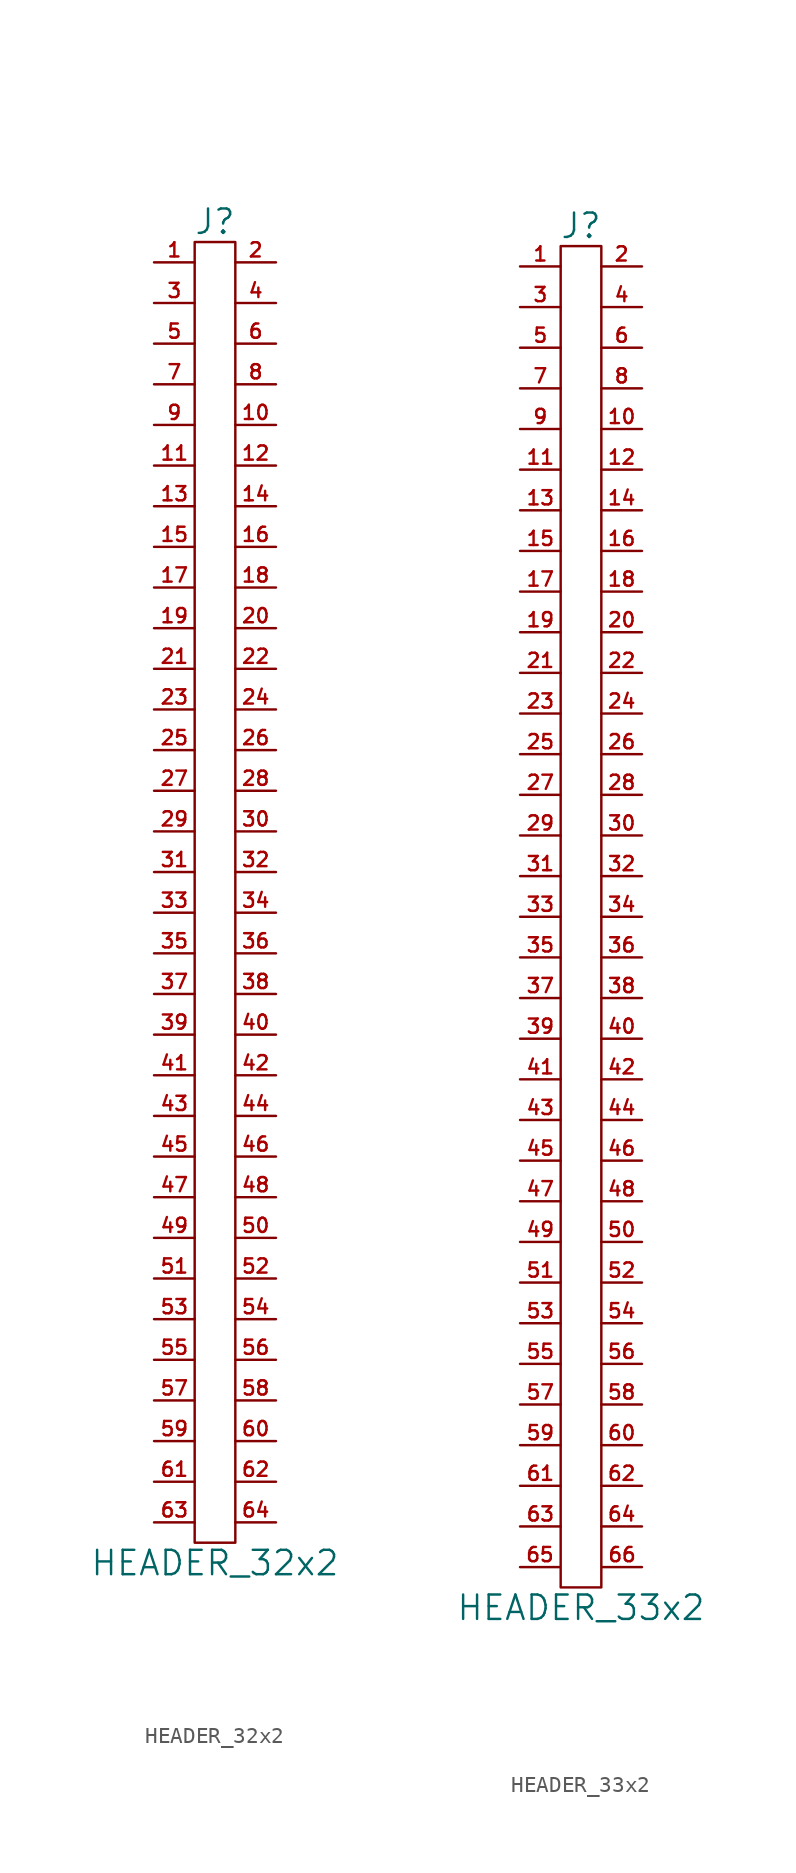
<source format=kicad_sym>
(kicad_symbol_lib
  (version 20201005)
  (generator kicad_symbol_editor)
  (symbol "HEADER_32x2"
    (pin_names
      (offset 0))
    (property "Reference" "J"
      (at 0 41.91 0)
      (effects (font (size 1.524 1.524))))
    (property "Value" "HEADER_32x2"
      (at 0 -41.91 0)
      (effects (font (size 1.524 1.524))))
    (property "Footprint" ""
      (at 0 0 0)
      (effects (font (size 1.524 1.524))))
    (property "Datasheet" ""
      (at 0 0 0)
      (effects (font (size 1.524 1.524))))
    (symbol "HEADER_32x2_0_1"
      (rectangle (start 1.27 -40.64) (end -1.27 40.64) (stroke (width 0)) (fill (type none))))
    (symbol "HEADER_32x2_1_1"
      (pin passive line (at -3.81 39.37 0) (length 2.54) (name "~" (effects (font (size 1.27 1.27)))) (number "1" (effects (font (size 0.889 0.889)))))
      (pin passive line (at 3.81 29.21 180) (length 2.54) (name "~" (effects (font (size 1.27 1.27)))) (number "10" (effects (font (size 0.889 0.889)))))
      (pin passive line (at -3.81 26.67 0) (length 2.54) (name "~" (effects (font (size 1.27 1.27)))) (number "11" (effects (font (size 0.889 0.889)))))
      (pin passive line (at 3.81 26.67 180) (length 2.54) (name "~" (effects (font (size 1.27 1.27)))) (number "12" (effects (font (size 0.889 0.889)))))
      (pin passive line (at -3.81 24.13 0) (length 2.54) (name "~" (effects (font (size 1.27 1.27)))) (number "13" (effects (font (size 0.889 0.889)))))
      (pin passive line (at 3.81 24.13 180) (length 2.54) (name "~" (effects (font (size 1.27 1.27)))) (number "14" (effects (font (size 0.889 0.889)))))
      (pin passive line (at -3.81 21.59 0) (length 2.54) (name "~" (effects (font (size 1.27 1.27)))) (number "15" (effects (font (size 0.889 0.889)))))
      (pin passive line (at 3.81 21.59 180) (length 2.54) (name "~" (effects (font (size 1.27 1.27)))) (number "16" (effects (font (size 0.889 0.889)))))
      (pin passive line (at -3.81 19.05 0) (length 2.54) (name "~" (effects (font (size 1.27 1.27)))) (number "17" (effects (font (size 0.889 0.889)))))
      (pin passive line (at 3.81 19.05 180) (length 2.54) (name "~" (effects (font (size 1.27 1.27)))) (number "18" (effects (font (size 0.889 0.889)))))
      (pin passive line (at -3.81 16.51 0) (length 2.54) (name "~" (effects (font (size 1.27 1.27)))) (number "19" (effects (font (size 0.889 0.889)))))
      (pin passive line (at 3.81 39.37 180) (length 2.54) (name "~" (effects (font (size 1.27 1.27)))) (number "2" (effects (font (size 0.889 0.889)))))
      (pin passive line (at 3.81 16.51 180) (length 2.54) (name "~" (effects (font (size 1.27 1.27)))) (number "20" (effects (font (size 0.889 0.889)))))
      (pin passive line (at -3.81 13.97 0) (length 2.54) (name "~" (effects (font (size 1.27 1.27)))) (number "21" (effects (font (size 0.889 0.889)))))
      (pin passive line (at 3.81 13.97 180) (length 2.54) (name "~" (effects (font (size 1.27 1.27)))) (number "22" (effects (font (size 0.889 0.889)))))
      (pin passive line (at -3.81 11.43 0) (length 2.54) (name "~" (effects (font (size 1.27 1.27)))) (number "23" (effects (font (size 0.889 0.889)))))
      (pin passive line (at 3.81 11.43 180) (length 2.54) (name "~" (effects (font (size 1.27 1.27)))) (number "24" (effects (font (size 0.889 0.889)))))
      (pin passive line (at -3.81 8.89 0) (length 2.54) (name "~" (effects (font (size 1.27 1.27)))) (number "25" (effects (font (size 0.889 0.889)))))
      (pin passive line (at 3.81 8.89 180) (length 2.54) (name "~" (effects (font (size 1.27 1.27)))) (number "26" (effects (font (size 0.889 0.889)))))
      (pin passive line (at -3.81 6.35 0) (length 2.54) (name "~" (effects (font (size 1.27 1.27)))) (number "27" (effects (font (size 0.889 0.889)))))
      (pin passive line (at 3.81 6.35 180) (length 2.54) (name "~" (effects (font (size 1.27 1.27)))) (number "28" (effects (font (size 0.889 0.889)))))
      (pin passive line (at -3.81 3.81 0) (length 2.54) (name "~" (effects (font (size 1.27 1.27)))) (number "29" (effects (font (size 0.889 0.889)))))
      (pin passive line (at -3.81 36.83 0) (length 2.54) (name "~" (effects (font (size 1.27 1.27)))) (number "3" (effects (font (size 0.889 0.889)))))
      (pin passive line (at 3.81 3.81 180) (length 2.54) (name "~" (effects (font (size 1.27 1.27)))) (number "30" (effects (font (size 0.889 0.889)))))
      (pin passive line (at -3.81 1.27 0) (length 2.54) (name "~" (effects (font (size 1.27 1.27)))) (number "31" (effects (font (size 0.889 0.889)))))
      (pin passive line (at 3.81 1.27 180) (length 2.54) (name "~" (effects (font (size 1.27 1.27)))) (number "32" (effects (font (size 0.889 0.889)))))
      (pin passive line (at -3.81 -1.27 0) (length 2.54) (name "~" (effects (font (size 1.27 1.27)))) (number "33" (effects (font (size 0.889 0.889)))))
      (pin passive line (at 3.81 -1.27 180) (length 2.54) (name "~" (effects (font (size 1.27 1.27)))) (number "34" (effects (font (size 0.889 0.889)))))
      (pin passive line (at -3.81 -3.81 0) (length 2.54) (name "~" (effects (font (size 1.27 1.27)))) (number "35" (effects (font (size 0.889 0.889)))))
      (pin passive line (at 3.81 -3.81 180) (length 2.54) (name "~" (effects (font (size 1.27 1.27)))) (number "36" (effects (font (size 0.889 0.889)))))
      (pin passive line (at -3.81 -6.35 0) (length 2.54) (name "~" (effects (font (size 0.889 0.889)))) (number "37" (effects (font (size 0.889 0.889)))))
      (pin passive line (at 3.81 -6.35 180) (length 2.54) (name "~" (effects (font (size 1.27 1.27)))) (number "38" (effects (font (size 0.889 0.889)))))
      (pin passive line (at -3.81 -8.89 0) (length 2.54) (name "~" (effects (font (size 1.27 1.27)))) (number "39" (effects (font (size 0.889 0.889)))))
      (pin passive line (at 3.81 36.83 180) (length 2.54) (name "~" (effects (font (size 1.27 1.27)))) (number "4" (effects (font (size 0.889 0.889)))))
      (pin passive line (at 3.81 -8.89 180) (length 2.54) (name "~" (effects (font (size 1.27 1.27)))) (number "40" (effects (font (size 0.889 0.889)))))
      (pin passive line (at -3.81 -11.43 0) (length 2.54) (name "~" (effects (font (size 1.27 1.27)))) (number "41" (effects (font (size 0.889 0.889)))))
      (pin passive line (at 3.81 -11.43 180) (length 2.54) (name "~" (effects (font (size 1.27 1.27)))) (number "42" (effects (font (size 0.889 0.889)))))
      (pin passive line (at -3.81 -13.97 0) (length 2.54) (name "~" (effects (font (size 1.27 1.27)))) (number "43" (effects (font (size 0.889 0.889)))))
      (pin passive line (at 3.81 -13.97 180) (length 2.54) (name "~" (effects (font (size 1.27 1.27)))) (number "44" (effects (font (size 0.889 0.889)))))
      (pin passive line (at -3.81 -16.51 0) (length 2.54) (name "~" (effects (font (size 1.27 1.27)))) (number "45" (effects (font (size 0.889 0.889)))))
      (pin passive line (at 3.81 -16.51 180) (length 2.54) (name "~" (effects (font (size 1.27 1.27)))) (number "46" (effects (font (size 0.889 0.889)))))
      (pin passive line (at -3.81 -19.05 0) (length 2.54) (name "~" (effects (font (size 1.27 1.27)))) (number "47" (effects (font (size 0.889 0.889)))))
      (pin passive line (at 3.81 -19.05 180) (length 2.54) (name "~" (effects (font (size 1.27 1.27)))) (number "48" (effects (font (size 0.889 0.889)))))
      (pin passive line (at -3.81 -21.59 0) (length 2.54) (name "~" (effects (font (size 1.27 1.27)))) (number "49" (effects (font (size 0.889 0.889)))))
      (pin passive line (at -3.81 34.29 0) (length 2.54) (name "~" (effects (font (size 1.27 1.27)))) (number "5" (effects (font (size 0.889 0.889)))))
      (pin passive line (at 3.81 -21.59 180) (length 2.54) (name "~" (effects (font (size 1.27 1.27)))) (number "50" (effects (font (size 0.889 0.889)))))
      (pin passive line (at -3.81 -24.13 0) (length 2.54) (name "~" (effects (font (size 1.27 1.27)))) (number "51" (effects (font (size 0.889 0.889)))))
      (pin passive line (at 3.81 -24.13 180) (length 2.54) (name "~" (effects (font (size 1.27 1.27)))) (number "52" (effects (font (size 0.889 0.889)))))
      (pin passive line (at -3.81 -26.67 0) (length 2.54) (name "~" (effects (font (size 1.27 1.27)))) (number "53" (effects (font (size 0.889 0.889)))))
      (pin passive line (at 3.81 -26.67 180) (length 2.54) (name "~" (effects (font (size 1.27 1.27)))) (number "54" (effects (font (size 0.889 0.889)))))
      (pin passive line (at -3.81 -29.21 0) (length 2.54) (name "~" (effects (font (size 1.27 1.27)))) (number "55" (effects (font (size 0.889 0.889)))))
      (pin passive line (at 3.81 -29.21 180) (length 2.54) (name "~" (effects (font (size 1.27 1.27)))) (number "56" (effects (font (size 0.889 0.889)))))
      (pin passive line (at -3.81 -31.75 0) (length 2.54) (name "~" (effects (font (size 1.27 1.27)))) (number "57" (effects (font (size 0.889 0.889)))))
      (pin passive line (at 3.81 -31.75 180) (length 2.54) (name "~" (effects (font (size 1.27 1.27)))) (number "58" (effects (font (size 0.889 0.889)))))
      (pin passive line (at -3.81 -34.29 0) (length 2.54) (name "~" (effects (font (size 1.27 1.27)))) (number "59" (effects (font (size 0.889 0.889)))))
      (pin passive line (at 3.81 34.29 180) (length 2.54) (name "~" (effects (font (size 1.27 1.27)))) (number "6" (effects (font (size 0.889 0.889)))))
      (pin passive line (at 3.81 -34.29 180) (length 2.54) (name "~" (effects (font (size 1.27 1.27)))) (number "60" (effects (font (size 0.889 0.889)))))
      (pin passive line (at -3.81 -36.83 0) (length 2.54) (name "~" (effects (font (size 1.27 1.27)))) (number "61" (effects (font (size 0.889 0.889)))))
      (pin passive line (at 3.81 -36.83 180) (length 2.54) (name "~" (effects (font (size 1.27 1.27)))) (number "62" (effects (font (size 0.889 0.889)))))
      (pin passive line (at -3.81 -39.37 0) (length 2.54) (name "~" (effects (font (size 1.27 1.27)))) (number "63" (effects (font (size 0.889 0.889)))))
      (pin passive line (at 3.81 -39.37 180) (length 2.54) (name "~" (effects (font (size 1.27 1.27)))) (number "64" (effects (font (size 0.889 0.889)))))
      (pin passive line (at -3.81 31.75 0) (length 2.54) (name "~" (effects (font (size 1.27 1.27)))) (number "7" (effects (font (size 0.889 0.889)))))
      (pin passive line (at 3.81 31.75 180) (length 2.54) (name "~" (effects (font (size 1.27 1.27)))) (number "8" (effects (font (size 0.889 0.889)))))
      (pin passive line (at -3.81 29.21 0) (length 2.54) (name "~" (effects (font (size 1.27 1.27)))) (number "9" (effects (font (size 0.889 0.889)))))))
  (symbol "HEADER_33x2"
    (pin_names
      (offset 0))
    (property "Reference" "J"
      (at 0 43.18 0)
      (effects (font (size 1.524 1.524))))
    (property "Value" "HEADER_33x2"
      (at 0 -43.18 0)
      (effects (font (size 1.524 1.524))))
    (property "Footprint" ""
      (at 0 -1.27 0)
      (effects (font (size 1.524 1.524))))
    (property "Datasheet" ""
      (at 0 -1.27 0)
      (effects (font (size 1.524 1.524))))
    (symbol "HEADER_33x2_0_1"
      (rectangle (start 1.27 -41.91) (end -1.27 41.91) (stroke (width 0)) (fill (type none))))
    (symbol "HEADER_33x2_1_1"
      (pin passive line (at -3.81 40.64 0) (length 2.54) (name "~" (effects (font (size 1.27 1.27)))) (number "1" (effects (font (size 0.889 0.889)))))
      (pin passive line (at 3.81 30.48 180) (length 2.54) (name "~" (effects (font (size 1.27 1.27)))) (number "10" (effects (font (size 0.889 0.889)))))
      (pin passive line (at -3.81 27.94 0) (length 2.54) (name "~" (effects (font (size 1.27 1.27)))) (number "11" (effects (font (size 0.889 0.889)))))
      (pin passive line (at 3.81 27.94 180) (length 2.54) (name "~" (effects (font (size 1.27 1.27)))) (number "12" (effects (font (size 0.889 0.889)))))
      (pin passive line (at -3.81 25.4 0) (length 2.54) (name "~" (effects (font (size 1.27 1.27)))) (number "13" (effects (font (size 0.889 0.889)))))
      (pin passive line (at 3.81 25.4 180) (length 2.54) (name "~" (effects (font (size 1.27 1.27)))) (number "14" (effects (font (size 0.889 0.889)))))
      (pin passive line (at -3.81 22.86 0) (length 2.54) (name "~" (effects (font (size 1.27 1.27)))) (number "15" (effects (font (size 0.889 0.889)))))
      (pin passive line (at 3.81 22.86 180) (length 2.54) (name "~" (effects (font (size 1.27 1.27)))) (number "16" (effects (font (size 0.889 0.889)))))
      (pin passive line (at -3.81 20.32 0) (length 2.54) (name "~" (effects (font (size 1.27 1.27)))) (number "17" (effects (font (size 0.889 0.889)))))
      (pin passive line (at 3.81 20.32 180) (length 2.54) (name "~" (effects (font (size 1.27 1.27)))) (number "18" (effects (font (size 0.889 0.889)))))
      (pin passive line (at -3.81 17.78 0) (length 2.54) (name "~" (effects (font (size 1.27 1.27)))) (number "19" (effects (font (size 0.889 0.889)))))
      (pin passive line (at 3.81 40.64 180) (length 2.54) (name "~" (effects (font (size 1.27 1.27)))) (number "2" (effects (font (size 0.889 0.889)))))
      (pin passive line (at 3.81 17.78 180) (length 2.54) (name "~" (effects (font (size 1.27 1.27)))) (number "20" (effects (font (size 0.889 0.889)))))
      (pin passive line (at -3.81 15.24 0) (length 2.54) (name "~" (effects (font (size 1.27 1.27)))) (number "21" (effects (font (size 0.889 0.889)))))
      (pin passive line (at 3.81 15.24 180) (length 2.54) (name "~" (effects (font (size 1.27 1.27)))) (number "22" (effects (font (size 0.889 0.889)))))
      (pin passive line (at -3.81 12.7 0) (length 2.54) (name "~" (effects (font (size 1.27 1.27)))) (number "23" (effects (font (size 0.889 0.889)))))
      (pin passive line (at 3.81 12.7 180) (length 2.54) (name "~" (effects (font (size 1.27 1.27)))) (number "24" (effects (font (size 0.889 0.889)))))
      (pin passive line (at -3.81 10.16 0) (length 2.54) (name "~" (effects (font (size 1.27 1.27)))) (number "25" (effects (font (size 0.889 0.889)))))
      (pin passive line (at 3.81 10.16 180) (length 2.54) (name "~" (effects (font (size 1.27 1.27)))) (number "26" (effects (font (size 0.889 0.889)))))
      (pin passive line (at -3.81 7.62 0) (length 2.54) (name "~" (effects (font (size 1.27 1.27)))) (number "27" (effects (font (size 0.889 0.889)))))
      (pin passive line (at 3.81 7.62 180) (length 2.54) (name "~" (effects (font (size 1.27 1.27)))) (number "28" (effects (font (size 0.889 0.889)))))
      (pin passive line (at -3.81 5.08 0) (length 2.54) (name "~" (effects (font (size 1.27 1.27)))) (number "29" (effects (font (size 0.889 0.889)))))
      (pin passive line (at -3.81 38.1 0) (length 2.54) (name "~" (effects (font (size 1.27 1.27)))) (number "3" (effects (font (size 0.889 0.889)))))
      (pin passive line (at 3.81 5.08 180) (length 2.54) (name "~" (effects (font (size 1.27 1.27)))) (number "30" (effects (font (size 0.889 0.889)))))
      (pin passive line (at -3.81 2.54 0) (length 2.54) (name "~" (effects (font (size 1.27 1.27)))) (number "31" (effects (font (size 0.889 0.889)))))
      (pin passive line (at 3.81 2.54 180) (length 2.54) (name "~" (effects (font (size 1.27 1.27)))) (number "32" (effects (font (size 0.889 0.889)))))
      (pin passive line (at -3.81 0 0) (length 2.54) (name "~" (effects (font (size 1.27 1.27)))) (number "33" (effects (font (size 0.889 0.889)))))
      (pin passive line (at 3.81 0 180) (length 2.54) (name "~" (effects (font (size 1.27 1.27)))) (number "34" (effects (font (size 0.889 0.889)))))
      (pin passive line (at -3.81 -2.54 0) (length 2.54) (name "~" (effects (font (size 1.27 1.27)))) (number "35" (effects (font (size 0.889 0.889)))))
      (pin passive line (at 3.81 -2.54 180) (length 2.54) (name "~" (effects (font (size 1.27 1.27)))) (number "36" (effects (font (size 0.889 0.889)))))
      (pin passive line (at -3.81 -5.08 0) (length 2.54) (name "~" (effects (font (size 1.27 1.27)))) (number "37" (effects (font (size 0.889 0.889)))))
      (pin passive line (at 3.81 -5.08 180) (length 2.54) (name "~" (effects (font (size 1.27 1.27)))) (number "38" (effects (font (size 0.889 0.889)))))
      (pin passive line (at -3.81 -7.62 0) (length 2.54) (name "~" (effects (font (size 1.27 1.27)))) (number "39" (effects (font (size 0.889 0.889)))))
      (pin passive line (at 3.81 38.1 180) (length 2.54) (name "~" (effects (font (size 1.27 1.27)))) (number "4" (effects (font (size 0.889 0.889)))))
      (pin passive line (at 3.81 -7.62 180) (length 2.54) (name "~" (effects (font (size 1.27 1.27)))) (number "40" (effects (font (size 0.889 0.889)))))
      (pin passive line (at -3.81 -10.16 0) (length 2.54) (name "~" (effects (font (size 1.27 1.27)))) (number "41" (effects (font (size 0.889 0.889)))))
      (pin passive line (at 3.81 -10.16 180) (length 2.54) (name "~" (effects (font (size 1.27 1.27)))) (number "42" (effects (font (size 0.889 0.889)))))
      (pin passive line (at -3.81 -12.7 0) (length 2.54) (name "~" (effects (font (size 1.27 1.27)))) (number "43" (effects (font (size 0.889 0.889)))))
      (pin passive line (at 3.81 -12.7 180) (length 2.54) (name "~" (effects (font (size 1.27 1.27)))) (number "44" (effects (font (size 0.889 0.889)))))
      (pin passive line (at -3.81 -15.24 0) (length 2.54) (name "~" (effects (font (size 1.27 1.27)))) (number "45" (effects (font (size 0.889 0.889)))))
      (pin passive line (at 3.81 -15.24 180) (length 2.54) (name "~" (effects (font (size 1.27 1.27)))) (number "46" (effects (font (size 0.889 0.889)))))
      (pin passive line (at -3.81 -17.78 0) (length 2.54) (name "~" (effects (font (size 1.27 1.27)))) (number "47" (effects (font (size 0.889 0.889)))))
      (pin passive line (at 3.81 -17.78 180) (length 2.54) (name "~" (effects (font (size 1.27 1.27)))) (number "48" (effects (font (size 0.889 0.889)))))
      (pin passive line (at -3.81 -20.32 0) (length 2.54) (name "~" (effects (font (size 1.27 1.27)))) (number "49" (effects (font (size 0.889 0.889)))))
      (pin passive line (at -3.81 35.56 0) (length 2.54) (name "~" (effects (font (size 1.27 1.27)))) (number "5" (effects (font (size 0.889 0.889)))))
      (pin passive line (at 3.81 -20.32 180) (length 2.54) (name "~" (effects (font (size 1.27 1.27)))) (number "50" (effects (font (size 0.889 0.889)))))
      (pin passive line (at -3.81 -22.86 0) (length 2.54) (name "~" (effects (font (size 1.27 1.27)))) (number "51" (effects (font (size 0.889 0.889)))))
      (pin passive line (at 3.81 -22.86 180) (length 2.54) (name "~" (effects (font (size 1.27 1.27)))) (number "52" (effects (font (size 0.889 0.889)))))
      (pin passive line (at -3.81 -25.4 0) (length 2.54) (name "~" (effects (font (size 1.27 1.27)))) (number "53" (effects (font (size 0.889 0.889)))))
      (pin passive line (at 3.81 -25.4 180) (length 2.54) (name "~" (effects (font (size 1.27 1.27)))) (number "54" (effects (font (size 0.889 0.889)))))
      (pin passive line (at -3.81 -27.94 0) (length 2.54) (name "~" (effects (font (size 1.27 1.27)))) (number "55" (effects (font (size 0.889 0.889)))))
      (pin passive line (at 3.81 -27.94 180) (length 2.54) (name "~" (effects (font (size 1.27 1.27)))) (number "56" (effects (font (size 0.889 0.889)))))
      (pin passive line (at -3.81 -30.48 0) (length 2.54) (name "~" (effects (font (size 1.27 1.27)))) (number "57" (effects (font (size 0.889 0.889)))))
      (pin passive line (at 3.81 -30.48 180) (length 2.54) (name "~" (effects (font (size 1.27 1.27)))) (number "58" (effects (font (size 0.889 0.889)))))
      (pin passive line (at -3.81 -33.02 0) (length 2.54) (name "~" (effects (font (size 1.27 1.27)))) (number "59" (effects (font (size 0.889 0.889)))))
      (pin passive line (at 3.81 35.56 180) (length 2.54) (name "~" (effects (font (size 1.27 1.27)))) (number "6" (effects (font (size 0.889 0.889)))))
      (pin passive line (at 3.81 -33.02 180) (length 2.54) (name "~" (effects (font (size 1.27 1.27)))) (number "60" (effects (font (size 0.889 0.889)))))
      (pin passive line (at -3.81 -35.56 0) (length 2.54) (name "~" (effects (font (size 1.27 1.27)))) (number "61" (effects (font (size 0.889 0.889)))))
      (pin passive line (at 3.81 -35.56 180) (length 2.54) (name "~" (effects (font (size 1.27 1.27)))) (number "62" (effects (font (size 0.889 0.889)))))
      (pin passive line (at -3.81 -38.1 0) (length 2.54) (name "~" (effects (font (size 0.889 0.889)))) (number "63" (effects (font (size 0.889 0.889)))))
      (pin passive line (at 3.81 -38.1 180) (length 2.54) (name "~" (effects (font (size 1.27 1.27)))) (number "64" (effects (font (size 0.889 0.889)))))
      (pin passive line (at -3.81 -40.64 0) (length 2.489) (name "~" (effects (font (size 0.508 0.508)))) (number "65" (effects (font (size 0.889 0.889)))))
      (pin passive line (at 3.81 -40.64 180) (length 2.489) (name "~" (effects (font (size 0.508 0.508)))) (number "66" (effects (font (size 0.889 0.889)))))
      (pin passive line (at -3.81 33.02 0) (length 2.54) (name "~" (effects (font (size 1.27 1.27)))) (number "7" (effects (font (size 0.889 0.889)))))
      (pin passive line (at 3.81 33.02 180) (length 2.54) (name "~" (effects (font (size 1.27 1.27)))) (number "8" (effects (font (size 0.889 0.889)))))
      (pin passive line (at -3.81 30.48 0) (length 2.54) (name "~" (effects (font (size 1.27 1.27)))) (number "9" (effects (font (size 0.889 0.889))))))))
</source>
